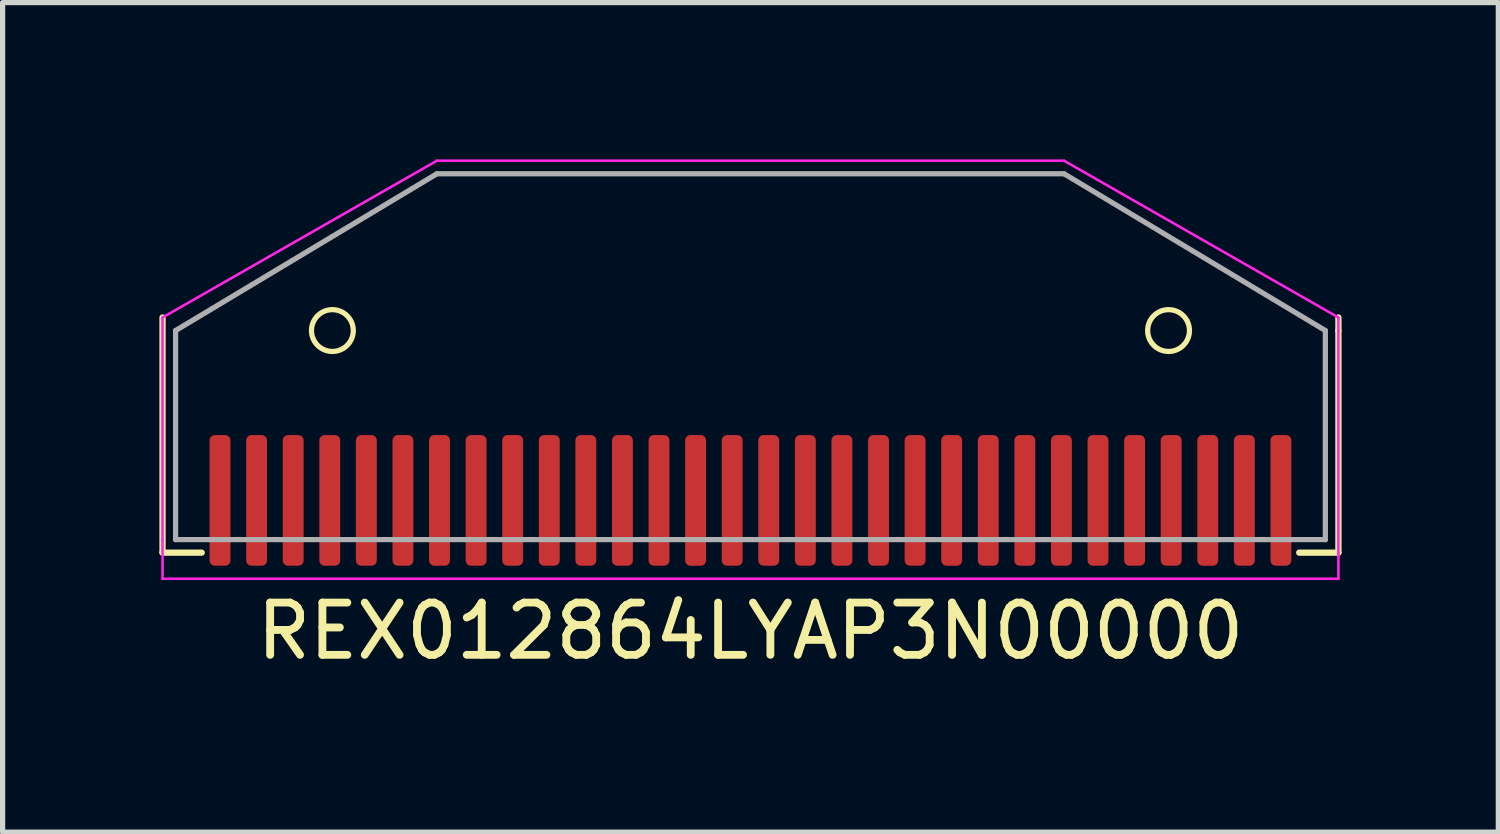
<source format=kicad_pcb>
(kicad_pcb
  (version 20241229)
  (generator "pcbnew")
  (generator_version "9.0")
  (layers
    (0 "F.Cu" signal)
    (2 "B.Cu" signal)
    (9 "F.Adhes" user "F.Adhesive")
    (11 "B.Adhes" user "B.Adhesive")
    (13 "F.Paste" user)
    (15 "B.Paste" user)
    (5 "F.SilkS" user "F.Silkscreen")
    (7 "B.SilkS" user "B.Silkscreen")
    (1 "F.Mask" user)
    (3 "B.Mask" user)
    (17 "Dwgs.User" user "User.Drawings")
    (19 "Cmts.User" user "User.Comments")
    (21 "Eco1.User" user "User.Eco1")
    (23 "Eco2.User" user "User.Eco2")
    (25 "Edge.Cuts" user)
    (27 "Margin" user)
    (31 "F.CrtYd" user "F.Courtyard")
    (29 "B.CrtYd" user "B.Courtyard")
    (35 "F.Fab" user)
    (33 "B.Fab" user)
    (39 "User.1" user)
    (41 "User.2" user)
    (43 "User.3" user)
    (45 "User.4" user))
  (footprint "REX012864LYAP3N00000"
    (layer "F.Cu")
    (at 11.31 7.275)
    (property "Reference" "REX012864LYAP3N00000" (at 0 1.75 0) (unlocked yes) (layer "F.SilkS") (effects (font (size 1 1) (thickness 0.15))))
    (attr smd)
    (fp_line (start -11.25 0.25) (end -11.25 -4.25) (stroke (width 0.12) (type solid)) (layer "F.SilkS"))
    (fp_line (start -10.5 0.25) (end -11.25 0.25) (stroke (width 0.12) (type solid)) (layer "F.SilkS"))
    (fp_line (start 10.5 0.25) (end 11.25 0.25) (stroke (width 0.12) (type solid)) (layer "F.SilkS"))
    (fp_line (start 11.25 -4) (end 11.25 -4.25) (stroke (width 0.12) (type solid)) (layer "F.SilkS"))
    (fp_line (start 11.25 0.25) (end 11.25 -4) (stroke (width 0.12) (type solid)) (layer "F.SilkS"))
    (fp_circle (center -8 -4) (end -7.6 -4) (stroke (width 0.1) (type solid)) (fill no) (layer "F.SilkS"))
    (fp_circle (center 8 -4) (end 8.4 -4) (stroke (width 0.1) (type solid)) (fill no) (layer "F.SilkS"))
    (fp_line (start -11.25 -4.25) (end -6 -7.25) (stroke (width 0.05) (type solid)) (layer "F.CrtYd"))
    (fp_line (start -11.25 0) (end -11.25 -4.25) (stroke (width 0.05) (type solid)) (layer "F.CrtYd"))
    (fp_line (start -11.25 0.75) (end -11.25 0) (stroke (width 0.05) (type solid)) (layer "F.CrtYd"))
    (fp_line (start -6 -7.25) (end 6 -7.25) (stroke (width 0.05) (type solid)) (layer "F.CrtYd"))
    (fp_line (start 6 -7.25) (end 11.25 -4.25) (stroke (width 0.05) (type solid)) (layer "F.CrtYd"))
    (fp_line (start 11.25 -4.25) (end 11.25 0.75) (stroke (width 0.05) (type solid)) (layer "F.CrtYd"))
    (fp_line (start 11.25 0.75) (end -11.25 0.75) (stroke (width 0.05) (type solid)) (layer "F.CrtYd"))
    (fp_line (start -11 -4) (end -6 -7) (stroke (width 0.1) (type solid)) (layer "F.Fab"))
    (fp_line (start -11 0) (end -11 -4) (stroke (width 0.1) (type solid)) (layer "F.Fab"))
    (fp_line (start -11 0) (end 11 0) (stroke (width 0.1) (type solid)) (layer "F.Fab"))
    (fp_line (start -6 -7) (end 6 -7) (stroke (width 0.1) (type solid)) (layer "F.Fab"))
    (fp_line (start 11 -4) (end 6 -7) (stroke (width 0.1) (type solid)) (layer "F.Fab"))
    (fp_line (start 11 0) (end 11 -4) (stroke (width 0.1) (type solid)) (layer "F.Fab"))
    (pad "1" smd roundrect (at -10.15 -0.75) (size 0.4 2.5) (layers "F.Cu" "F.Mask" "F.Paste") (roundrect_rratio 0.25))
    (pad "2" smd roundrect (at -9.45 -0.75) (size 0.4 2.5) (layers "F.Cu" "F.Mask" "F.Paste") (roundrect_rratio 0.25))
    (pad "3" smd roundrect (at -8.75 -0.75) (size 0.4 2.5) (layers "F.Cu" "F.Mask" "F.Paste") (roundrect_rratio 0.25))
    (pad "4" smd roundrect (at -8.05 -0.75) (size 0.4 2.5) (layers "F.Cu" "F.Mask" "F.Paste") (roundrect_rratio 0.25))
    (pad "5" smd roundrect (at -7.35 -0.75) (size 0.4 2.5) (layers "F.Cu" "F.Mask" "F.Paste") (roundrect_rratio 0.25))
    (pad "6" smd roundrect (at -6.65 -0.75) (size 0.4 2.5) (layers "F.Cu" "F.Mask" "F.Paste") (roundrect_rratio 0.25))
    (pad "7" smd roundrect (at -5.95 -0.75) (size 0.4 2.5) (layers "F.Cu" "F.Mask" "F.Paste") (roundrect_rratio 0.25))
    (pad "8" smd roundrect (at -5.25 -0.75) (size 0.4 2.5) (layers "F.Cu" "F.Mask" "F.Paste") (roundrect_rratio 0.25))
    (pad "9" smd roundrect (at -4.55 -0.75) (size 0.4 2.5) (layers "F.Cu" "F.Mask" "F.Paste") (roundrect_rratio 0.25))
    (pad "10" smd roundrect (at -3.85 -0.75) (size 0.4 2.5) (layers "F.Cu" "F.Mask" "F.Paste") (roundrect_rratio 0.25))
    (pad "11" smd roundrect (at -3.15 -0.75) (size 0.4 2.5) (layers "F.Cu" "F.Mask" "F.Paste") (roundrect_rratio 0.25))
    (pad "12" smd roundrect (at -2.45 -0.75) (size 0.4 2.5) (layers "F.Cu" "F.Mask" "F.Paste") (roundrect_rratio 0.25))
    (pad "13" smd roundrect (at -1.75 -0.75) (size 0.4 2.5) (layers "F.Cu" "F.Mask" "F.Paste") (roundrect_rratio 0.25))
    (pad "14" smd roundrect (at -1.05 -0.75) (size 0.4 2.5) (layers "F.Cu" "F.Mask" "F.Paste") (roundrect_rratio 0.25))
    (pad "15" smd roundrect (at -0.35 -0.75) (size 0.4 2.5) (layers "F.Cu" "F.Mask" "F.Paste") (roundrect_rratio 0.25))
    (pad "16" smd roundrect (at 0.35 -0.75) (size 0.4 2.5) (layers "F.Cu" "F.Mask" "F.Paste") (roundrect_rratio 0.25))
    (pad "17" smd roundrect (at 1.05 -0.75) (size 0.4 2.5) (layers "F.Cu" "F.Mask" "F.Paste") (roundrect_rratio 0.25))
    (pad "18" smd roundrect (at 1.75 -0.75) (size 0.4 2.5) (layers "F.Cu" "F.Mask" "F.Paste") (roundrect_rratio 0.25))
    (pad "19" smd roundrect (at 2.45 -0.75) (size 0.4 2.5) (layers "F.Cu" "F.Mask" "F.Paste") (roundrect_rratio 0.25))
    (pad "20" smd roundrect (at 3.15 -0.75) (size 0.4 2.5) (layers "F.Cu" "F.Mask" "F.Paste") (roundrect_rratio 0.25))
    (pad "21" smd roundrect (at 3.85 -0.75) (size 0.4 2.5) (layers "F.Cu" "F.Mask" "F.Paste") (roundrect_rratio 0.25))
    (pad "22" smd roundrect (at 4.55 -0.75) (size 0.4 2.5) (layers "F.Cu" "F.Mask" "F.Paste") (roundrect_rratio 0.25))
    (pad "23" smd roundrect (at 5.25 -0.75) (size 0.4 2.5) (layers "F.Cu" "F.Mask" "F.Paste") (roundrect_rratio 0.25))
    (pad "24" smd roundrect (at 5.95 -0.75) (size 0.4 2.5) (layers "F.Cu" "F.Mask" "F.Paste") (roundrect_rratio 0.25))
    (pad "25" smd roundrect (at 6.65 -0.75) (size 0.4 2.5) (layers "F.Cu" "F.Mask" "F.Paste") (roundrect_rratio 0.25))
    (pad "26" smd roundrect (at 7.35 -0.75) (size 0.4 2.5) (layers "F.Cu" "F.Mask" "F.Paste") (roundrect_rratio 0.25))
    (pad "27" smd roundrect (at 8.05 -0.75) (size 0.4 2.5) (layers "F.Cu" "F.Mask" "F.Paste") (roundrect_rratio 0.25))
    (pad "28" smd roundrect (at 8.75 -0.75) (size 0.4 2.5) (layers "F.Cu" "F.Mask" "F.Paste") (roundrect_rratio 0.25))
    (pad "29" smd roundrect (at 9.45 -0.75) (size 0.4 2.5) (layers "F.Cu" "F.Mask" "F.Paste") (roundrect_rratio 0.25))
    (pad "30" smd roundrect (at 10.15 -0.75) (size 0.4 2.5) (layers "F.Cu" "F.Mask" "F.Paste") (roundrect_rratio 0.25)))
  (gr_rect
    (start -3 -3)
    (end 25.62 12.873)
    (stroke (width 0.1) (type default))
    (fill no)
    (layer "Edge.Cuts")))
</source>
